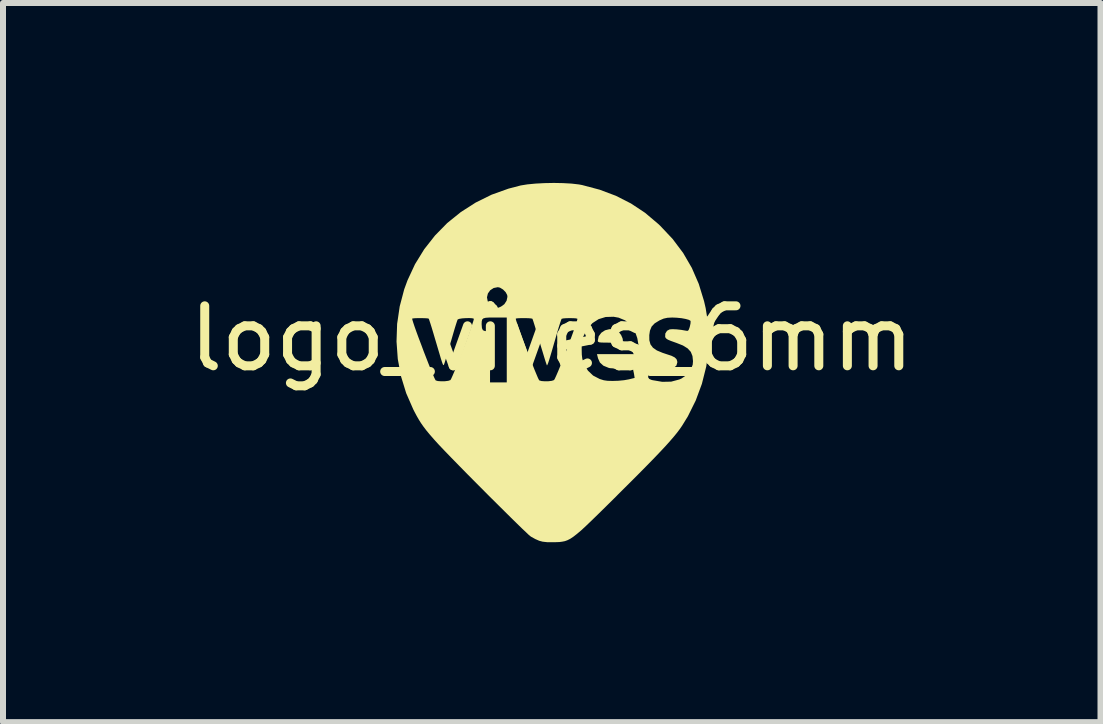
<source format=kicad_pcb>
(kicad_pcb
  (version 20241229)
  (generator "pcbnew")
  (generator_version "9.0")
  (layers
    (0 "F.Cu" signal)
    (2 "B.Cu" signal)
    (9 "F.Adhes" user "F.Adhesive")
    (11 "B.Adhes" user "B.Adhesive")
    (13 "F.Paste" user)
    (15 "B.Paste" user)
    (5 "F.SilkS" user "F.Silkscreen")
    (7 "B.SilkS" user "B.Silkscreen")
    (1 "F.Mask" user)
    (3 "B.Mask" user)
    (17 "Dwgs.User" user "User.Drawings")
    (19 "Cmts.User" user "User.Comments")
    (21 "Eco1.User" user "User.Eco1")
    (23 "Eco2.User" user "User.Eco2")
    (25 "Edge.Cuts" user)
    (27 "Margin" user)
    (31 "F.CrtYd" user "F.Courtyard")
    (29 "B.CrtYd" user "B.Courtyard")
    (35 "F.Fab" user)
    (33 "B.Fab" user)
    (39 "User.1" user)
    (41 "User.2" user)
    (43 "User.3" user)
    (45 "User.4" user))
  (footprint "logo_vives_6mm"
    (layer "F.Cu")
    (at 6.149 3.094)
    (property "Reference" "logo_vives_6mm" (at 0 -0.5 0) (unlocked yes) (layer "F.SilkS") (effects (font (size 1 1) (thickness 0.15))))
    (fp_poly (pts (xy 1.043 -0.65) (xy 1.072 -0.641) (xy 1.116 -0.61) (xy 1.156 -0.559) (xy 1.181 -0.501) (xy 1.186 -0.471) (xy 1.185 -0.454) (xy 1.177 -0.443) (xy 1.157 -0.436) (xy 1.119 -0.433) (xy 1.057 -0.432) (xy 0.977 -0.431) (xy 0.889 -0.432) (xy 0.829 -0.433) (xy 0.793 -0.437) (xy 0.775 -0.445) (xy 0.768 -0.456) (xy 0.768 -0.467) (xy 0.783 -0.538) (xy 0.826 -0.596) (xy 0.888 -0.637) (xy 0.962 -0.656)) (stroke (width 0) (type solid)) (fill yes) (layer "F.SilkS"))
    (fp_poly (pts (xy 0.189 -3.091) (xy 0.331 -3.083) (xy 0.452 -3.069) (xy 0.506 -3.059) (xy 0.8 -2.981) (xy 1.071 -2.879) (xy 1.322 -2.751) (xy 1.556 -2.596) (xy 1.776 -2.41) (xy 1.81 -2.378) (xy 2.016 -2.159) (xy 2.191 -1.926) (xy 2.335 -1.678) (xy 2.451 -1.411) (xy 2.539 -1.124) (xy 2.566 -1.007) (xy 2.587 -0.877) (xy 2.601 -0.723) (xy 2.608 -0.557) (xy 2.607 -0.387) (xy 2.599 -0.226) (xy 2.583 -0.083) (xy 2.575 -0.03) (xy 2.503 0.256) (xy 2.4 0.534) (xy 2.269 0.798) (xy 2.173 0.954) (xy 2.135 1.009) (xy 2.09 1.069) (xy 2.037 1.134) (xy 1.974 1.207) (xy 1.9 1.29) (xy 1.812 1.384) (xy 1.709 1.492) (xy 1.589 1.615) (xy 1.449 1.757) (xy 1.288 1.918) (xy 1.104 2.101) (xy 1.071 2.135) (xy 0.915 2.289) (xy 0.781 2.421) (xy 0.667 2.532) (xy 0.571 2.624) (xy 0.49 2.699) (xy 0.42 2.758) (xy 0.361 2.804) (xy 0.31 2.838) (xy 0.263 2.862) (xy 0.219 2.878) (xy 0.174 2.887) (xy 0.128 2.893) (xy 0.076 2.895) (xy 0.035 2.896) (xy -0.072 2.896) (xy -0.152 2.887) (xy -0.209 2.872) (xy -0.275 2.843) (xy -0.342 2.806) (xy -0.358 2.795) (xy -0.382 2.775) (xy -0.428 2.731) (xy -0.495 2.668) (xy -0.579 2.586) (xy -0.679 2.488) (xy -0.791 2.377) (xy -0.915 2.254) (xy -1.047 2.123) (xy -1.185 1.984) (xy -1.222 1.947) (xy -1.396 1.772) (xy -1.547 1.618) (xy -1.677 1.485) (xy -1.789 1.369) (xy -1.884 1.269) (xy -1.964 1.181) (xy -2.032 1.103) (xy -2.089 1.034) (xy -2.138 0.97) (xy -2.18 0.91) (xy -2.217 0.851) (xy -2.252 0.79) (xy -2.286 0.726) (xy -2.309 0.681) (xy -2.427 0.411) (xy -2.513 0.131) (xy -2.567 -0.158) (xy -2.588 -0.451) (xy -2.578 -0.745) (xy -2.565 -0.831) (xy -2.327 -0.831) (xy -2.324 -0.813) (xy -2.31 -0.767) (xy -2.287 -0.698) (xy -2.256 -0.611) (xy -2.219 -0.51) (xy -2.178 -0.402) (xy -2.136 -0.289) (xy -2.093 -0.178) (xy -2.052 -0.073) (xy -2.014 0.021) (xy -1.981 0.1) (xy -1.956 0.159) (xy -1.939 0.192) (xy -1.935 0.198) (xy -1.899 0.209) (xy -1.843 0.213) (xy -1.78 0.212) (xy -1.725 0.205) (xy -1.69 0.193) (xy -1.689 0.192) (xy -1.677 0.171) (xy -1.655 0.123) (xy -1.625 0.053) (xy -1.589 -0.035) (xy -1.549 -0.136) (xy -1.507 -0.245) (xy -1.464 -0.357) (xy -1.422 -0.467) (xy -1.384 -0.571) (xy -1.35 -0.664) (xy -1.325 -0.737) (xy -1.169 -0.737) (xy -1.164 -0.674) (xy -1.148 -0.639) (xy -1.115 -0.625) (xy -1.088 -0.623) (xy -1.029 -0.623) (xy -1.029 0.231) (xy -0.75 0.231) (xy -0.75 -0.831) (xy -0.6 -0.831) (xy -0.597 -0.813) (xy -0.583 -0.767) (xy -0.56 -0.698) (xy -0.529 -0.611) (xy -0.492 -0.51) (xy -0.451 -0.402) (xy -0.409 -0.289) (xy -0.366 -0.178) (xy -0.324 -0.073) (xy -0.287 0.021) (xy -0.254 0.1) (xy -0.229 0.159) (xy -0.212 0.192) (xy -0.208 0.198) (xy -0.171 0.209) (xy -0.115 0.213) (xy -0.053 0.212) (xy 0.002 0.205) (xy 0.037 0.193) (xy 0.038 0.192) (xy 0.051 0.171) (xy 0.073 0.123) (xy 0.104 0.052) (xy 0.14 -0.036) (xy 0.18 -0.137) (xy 0.222 -0.246) (xy 0.251 -0.321) (xy 0.499 -0.321) (xy 0.501 -0.231) (xy 0.509 -0.165) (xy 0.524 -0.11) (xy 0.538 -0.074) (xy 0.603 0.035) (xy 0.69 0.118) (xy 0.8 0.175) (xy 0.868 0.196) (xy 0.93 0.205) (xy 1.015 0.207) (xy 1.111 0.204) (xy 1.205 0.195) (xy 1.285 0.181) (xy 1.297 0.178) (xy 1.382 0.157) (xy 1.38 0.146) (xy 1.607 0.146) (xy 1.624 0.173) (xy 1.663 0.19) (xy 1.679 0.194) (xy 1.842 0.222) (xy 1.991 0.219) (xy 2.126 0.183) (xy 2.161 0.168) (xy 2.251 0.107) (xy 2.315 0.028) (xy 2.35 -0.065) (xy 2.355 -0.122) (xy 2.346 -0.208) (xy 2.318 -0.278) (xy 2.266 -0.335) (xy 2.187 -0.384) (xy 2.076 -0.428) (xy 2.064 -0.432) (xy 1.986 -0.46) (xy 1.936 -0.481) (xy 1.907 -0.501) (xy 1.893 -0.521) (xy 1.891 -0.527) (xy 1.893 -0.583) (xy 1.922 -0.629) (xy 1.965 -0.652) (xy 2.012 -0.656) (xy 2.081 -0.653) (xy 2.16 -0.644) (xy 2.235 -0.631) (xy 2.263 -0.627) (xy 2.281 -0.64) (xy 2.295 -0.675) (xy 2.302 -0.699) (xy 2.313 -0.749) (xy 2.315 -0.786) (xy 2.313 -0.795) (xy 2.287 -0.811) (xy 2.234 -0.826) (xy 2.164 -0.839) (xy 2.083 -0.847) (xy 2.008 -0.85) (xy 1.929 -0.846) (xy 1.865 -0.832) (xy 1.798 -0.803) (xy 1.796 -0.802) (xy 1.716 -0.753) (xy 1.665 -0.699) (xy 1.637 -0.631) (xy 1.626 -0.557) (xy 1.627 -0.471) (xy 1.646 -0.402) (xy 1.687 -0.347) (xy 1.753 -0.301) (xy 1.849 -0.261) (xy 1.915 -0.239) (xy 1.997 -0.212) (xy 2.05 -0.185) (xy 2.08 -0.156) (xy 2.092 -0.12) (xy 2.093 -0.099) (xy 2.078 -0.049) (xy 2.035 -0.012) (xy 1.97 0.011) (xy 1.889 0.019) (xy 1.797 0.012) (xy 1.699 -0.012) (xy 1.671 -0.022) (xy 1.65 -0.017) (xy 1.631 0.019) (xy 1.625 0.036) (xy 1.608 0.104) (xy 1.607 0.146) (xy 1.38 0.146) (xy 1.371 0.087) (xy 1.356 0.017) (xy 1.337 -0.023) (xy 1.31 -0.036) (xy 1.282 -0.03) (xy 1.216 -0.013) (xy 1.132 -0.003) (xy 1.045 -0.001) (xy 0.97 -0.006) (xy 0.949 -0.011) (xy 0.861 -0.047) (xy 0.803 -0.1) (xy 0.772 -0.169) (xy 0.754 -0.24) (xy 1.429 -0.24) (xy 1.44 -0.301) (xy 1.445 -0.399) (xy 1.426 -0.507) (xy 1.389 -0.613) (xy 1.337 -0.703) (xy 1.312 -0.734) (xy 1.223 -0.803) (xy 1.114 -0.848) (xy 1.031 -0.863) (xy 0.899 -0.859) (xy 0.781 -0.823) (xy 0.679 -0.757) (xy 0.595 -0.662) (xy 0.559 -0.6) (xy 0.529 -0.539) (xy 0.511 -0.491) (xy 0.502 -0.442) (xy 0.499 -0.379) (xy 0.499 -0.321) (xy 0.251 -0.321) (xy 0.265 -0.358) (xy 0.307 -0.469) (xy 0.345 -0.573) (xy 0.378 -0.665) (xy 0.404 -0.741) (xy 0.421 -0.797) (xy 0.428 -0.826) (xy 0.428 -0.829) (xy 0.405 -0.836) (xy 0.359 -0.839) (xy 0.3 -0.84) (xy 0.241 -0.839) (xy 0.192 -0.835) (xy 0.166 -0.829) (xy 0.164 -0.828) (xy 0.156 -0.808) (xy 0.14 -0.761) (xy 0.118 -0.692) (xy 0.093 -0.608) (xy 0.079 -0.559) (xy 0.036 -0.411) (xy 0.002 -0.293) (xy -0.025 -0.203) (xy -0.045 -0.137) (xy -0.06 -0.092) (xy -0.071 -0.066) (xy -0.077 -0.054) (xy -0.081 -0.053) (xy -0.088 -0.072) (xy -0.104 -0.119) (xy -0.126 -0.19) (xy -0.153 -0.28) (xy -0.185 -0.384) (xy -0.201 -0.441) (xy -0.234 -0.55) (xy -0.264 -0.648) (xy -0.289 -0.73) (xy -0.308 -0.79) (xy -0.32 -0.824) (xy -0.323 -0.83) (xy -0.345 -0.835) (xy -0.39 -0.839) (xy -0.449 -0.84) (xy -0.51 -0.84) (xy -0.562 -0.838) (xy -0.595 -0.834) (xy -0.6 -0.831) (xy -0.75 -0.831) (xy -0.75 -0.85) (xy -0.949 -0.85) (xy -1.04 -0.85) (xy -1.101 -0.846) (xy -1.139 -0.836) (xy -1.159 -0.818) (xy -1.167 -0.788) (xy -1.169 -0.743) (xy -1.169 -0.737) (xy -1.325 -0.737) (xy -1.324 -0.74) (xy -1.306 -0.796) (xy -1.299 -0.826) (xy -1.299 -0.83) (xy -1.325 -0.838) (xy -1.374 -0.841) (xy -1.433 -0.84) (xy -1.493 -0.836) (xy -1.542 -0.828) (xy -1.568 -0.818) (xy -1.569 -0.816) (xy -1.578 -0.793) (xy -1.595 -0.741) (xy -1.618 -0.667) (xy -1.645 -0.575) (xy -1.675 -0.471) (xy -1.684 -0.442) (xy -1.714 -0.336) (xy -1.742 -0.24) (xy -1.766 -0.16) (xy -1.784 -0.102) (xy -1.795 -0.07) (xy -1.797 -0.067) (xy -1.801 -0.059) (xy -1.806 -0.056) (xy -1.812 -0.062) (xy -1.82 -0.08) (xy -1.832 -0.114) (xy -1.849 -0.167) (xy -1.871 -0.242) (xy -1.901 -0.343) (xy -1.94 -0.475) (xy -1.945 -0.491) (xy -1.975 -0.593) (xy -2.002 -0.683) (xy -2.025 -0.756) (xy -2.042 -0.807) (xy -2.05 -0.83) (xy -2.051 -0.831) (xy -2.072 -0.836) (xy -2.117 -0.839) (xy -2.176 -0.84) (xy -2.237 -0.84) (xy -2.289 -0.838) (xy -2.322 -0.834) (xy -2.327 -0.831) (xy -2.565 -0.831) (xy -2.535 -1.036) (xy -2.495 -1.187) (xy -1.08 -1.187) (xy -1.068 -1.123) (xy -1.053 -1.096) (xy -1.017 -1.06) (xy -0.97 -1.032) (xy -0.932 -1.016) (xy -0.909 -1.01) (xy -0.884 -1.016) (xy -0.845 -1.033) (xy -0.791 -1.072) (xy -0.753 -1.13) (xy -0.739 -1.195) (xy -0.743 -1.225) (xy -0.768 -1.272) (xy -0.812 -1.317) (xy -0.863 -1.348) (xy -0.899 -1.356) (xy -0.97 -1.342) (xy -1.027 -1.304) (xy -1.065 -1.25) (xy -1.08 -1.187) (xy -2.495 -1.187) (xy -2.46 -1.32) (xy -2.405 -1.47) (xy -2.28 -1.739) (xy -2.126 -1.989) (xy -1.946 -2.218) (xy -1.742 -2.426) (xy -1.515 -2.609) (xy -1.268 -2.767) (xy -1.003 -2.898) (xy -0.721 -2.999) (xy -0.518 -3.052) (xy -0.407 -3.07) (xy -0.272 -3.083) (xy -0.121 -3.091) (xy 0.035 -3.094)) (stroke (width 0) (type solid)) (fill yes) (layer "F.SilkS")))
  (gr_rect
    (start -3 -3)
    (end 15.298 8.99)
    (stroke (width 0.1) (type default))
    (fill no)
    (layer "Edge.Cuts")))
</source>
